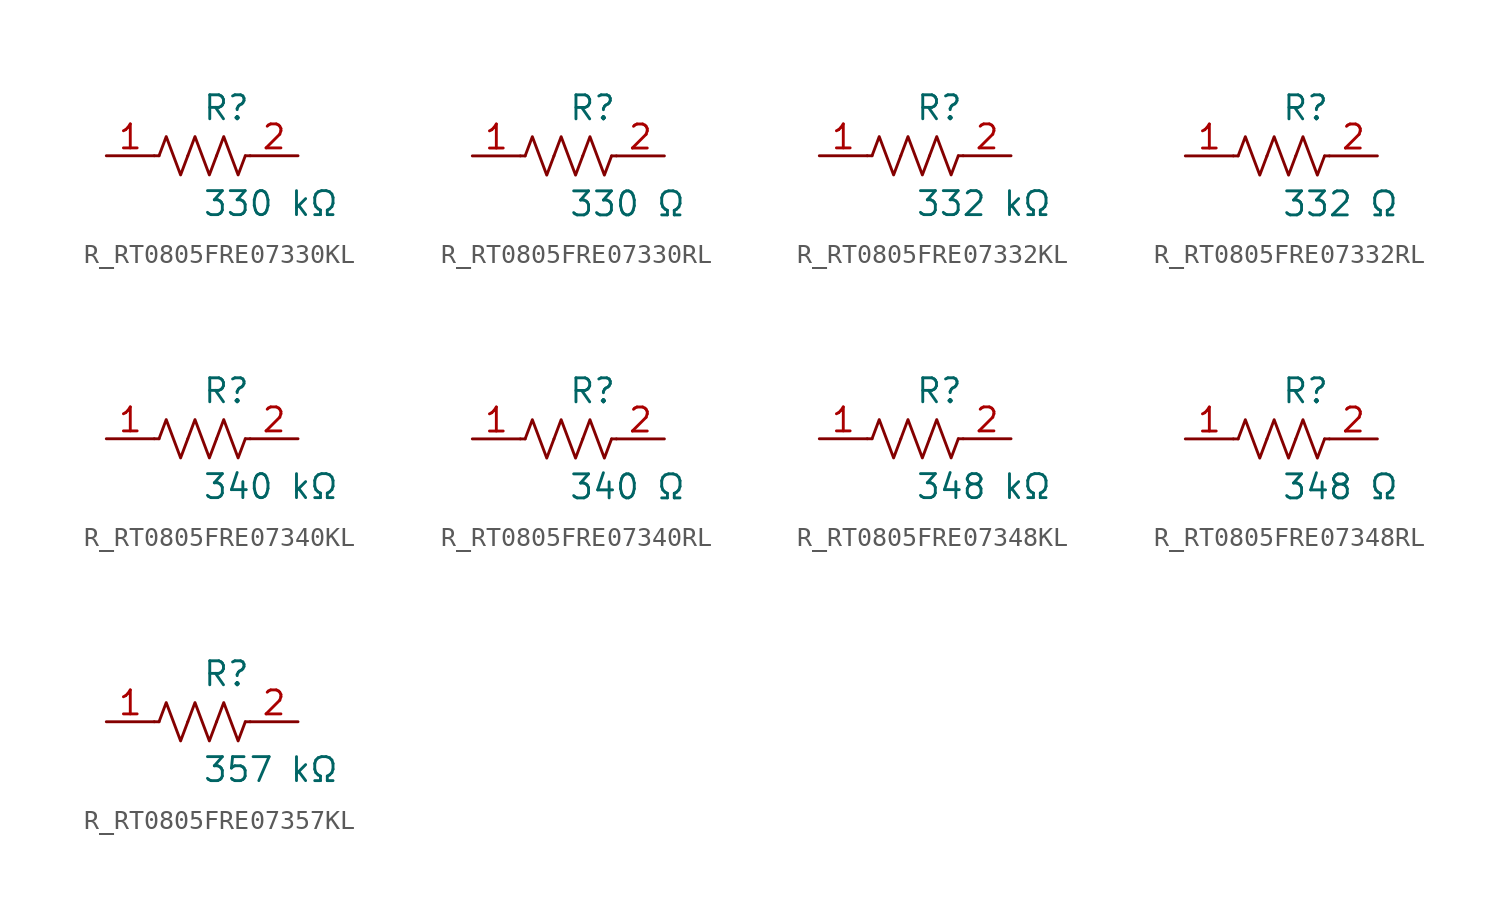
<source format=kicad_sym>
(kicad_symbol_lib
  (version 20231120)
  (generator kicad_symbol_editor)
  (generator_version 8.0)
  (symbol "R_RT0805FRE07330KL"
    (pin_names
      (offset 0.254))
    (property "Reference" "R"
      (at 0 2.54 0)
      (effects (font (size 1.27 1.27)) (justify left)))
    (property "Value" "330 kΩ"
      (at 0 -2.54 0)
      (effects (font (size 1.27 1.27)) (justify left)))
    (symbol "R_RT0805FRE07330KL_0_1"
      (polyline (pts (xy 2.286 0) (xy 2.54 0)) (stroke (width 0) (type default)) (fill (type none)))
      (polyline (pts (xy -2.286 0) (xy -2.54 0)) (stroke (width 0) (type default)) (fill (type none)))
      (polyline (pts (xy 0.762 0) (xy 1.143 1.016) (xy 1.524 0) (xy 1.905 -1.016) (xy 2.286 0)) (stroke (width 0) (type default)) (fill (type none)))
      (polyline (pts (xy -0.762 0) (xy -0.381 1.016) (xy 0 0) (xy 0.381 -1.016) (xy 0.762 0)) (stroke (width 0) (type default)) (fill (type none)))
      (polyline (pts (xy -2.286 0) (xy -1.905 1.016) (xy -1.524 0) (xy -1.143 -1.016) (xy -0.762 0)) (stroke (width 0) (type default)) (fill (type none))))
    (pin passive line
      (at -5.08 0 0)
      (length 2.54)
      (name "" (effects (font (size 1.27 1.27))))
      (number "1" (effects (font (size 1.27 1.27)))))
    (pin passive line
      (at 5.08 0 180)
      (length 2.54)
      (name "" (effects (font (size 1.27 1.27))))
      (number "2" (effects (font (size 1.27 1.27))))))
  (symbol "R_RT0805FRE07330RL"
    (pin_names
      (offset 0.254))
    (property "Reference" "R"
      (at 0 2.54 0)
      (effects (font (size 1.27 1.27)) (justify left)))
    (property "Value" "330 Ω"
      (at 0 -2.54 0)
      (effects (font (size 1.27 1.27)) (justify left)))
    (symbol "R_RT0805FRE07330RL_0_1"
      (polyline (pts (xy 2.286 0) (xy 2.54 0)) (stroke (width 0) (type default)) (fill (type none)))
      (polyline (pts (xy -2.286 0) (xy -2.54 0)) (stroke (width 0) (type default)) (fill (type none)))
      (polyline (pts (xy 0.762 0) (xy 1.143 1.016) (xy 1.524 0) (xy 1.905 -1.016) (xy 2.286 0)) (stroke (width 0) (type default)) (fill (type none)))
      (polyline (pts (xy -0.762 0) (xy -0.381 1.016) (xy 0 0) (xy 0.381 -1.016) (xy 0.762 0)) (stroke (width 0) (type default)) (fill (type none)))
      (polyline (pts (xy -2.286 0) (xy -1.905 1.016) (xy -1.524 0) (xy -1.143 -1.016) (xy -0.762 0)) (stroke (width 0) (type default)) (fill (type none))))
    (pin passive line
      (at -5.08 0 0)
      (length 2.54)
      (name "" (effects (font (size 1.27 1.27))))
      (number "1" (effects (font (size 1.27 1.27)))))
    (pin passive line
      (at 5.08 0 180)
      (length 2.54)
      (name "" (effects (font (size 1.27 1.27))))
      (number "2" (effects (font (size 1.27 1.27))))))
  (symbol "R_RT0805FRE07332KL"
    (pin_names
      (offset 0.254))
    (property "Reference" "R"
      (at 0 2.54 0)
      (effects (font (size 1.27 1.27)) (justify left)))
    (property "Value" "332 kΩ"
      (at 0 -2.54 0)
      (effects (font (size 1.27 1.27)) (justify left)))
    (symbol "R_RT0805FRE07332KL_0_1"
      (polyline (pts (xy 2.286 0) (xy 2.54 0)) (stroke (width 0) (type default)) (fill (type none)))
      (polyline (pts (xy -2.286 0) (xy -2.54 0)) (stroke (width 0) (type default)) (fill (type none)))
      (polyline (pts (xy 0.762 0) (xy 1.143 1.016) (xy 1.524 0) (xy 1.905 -1.016) (xy 2.286 0)) (stroke (width 0) (type default)) (fill (type none)))
      (polyline (pts (xy -0.762 0) (xy -0.381 1.016) (xy 0 0) (xy 0.381 -1.016) (xy 0.762 0)) (stroke (width 0) (type default)) (fill (type none)))
      (polyline (pts (xy -2.286 0) (xy -1.905 1.016) (xy -1.524 0) (xy -1.143 -1.016) (xy -0.762 0)) (stroke (width 0) (type default)) (fill (type none))))
    (pin passive line
      (at -5.08 0 0)
      (length 2.54)
      (name "" (effects (font (size 1.27 1.27))))
      (number "1" (effects (font (size 1.27 1.27)))))
    (pin passive line
      (at 5.08 0 180)
      (length 2.54)
      (name "" (effects (font (size 1.27 1.27))))
      (number "2" (effects (font (size 1.27 1.27))))))
  (symbol "R_RT0805FRE07332RL"
    (pin_names
      (offset 0.254))
    (property "Reference" "R"
      (at 0 2.54 0)
      (effects (font (size 1.27 1.27)) (justify left)))
    (property "Value" "332 Ω"
      (at 0 -2.54 0)
      (effects (font (size 1.27 1.27)) (justify left)))
    (symbol "R_RT0805FRE07332RL_0_1"
      (polyline (pts (xy 2.286 0) (xy 2.54 0)) (stroke (width 0) (type default)) (fill (type none)))
      (polyline (pts (xy -2.286 0) (xy -2.54 0)) (stroke (width 0) (type default)) (fill (type none)))
      (polyline (pts (xy 0.762 0) (xy 1.143 1.016) (xy 1.524 0) (xy 1.905 -1.016) (xy 2.286 0)) (stroke (width 0) (type default)) (fill (type none)))
      (polyline (pts (xy -0.762 0) (xy -0.381 1.016) (xy 0 0) (xy 0.381 -1.016) (xy 0.762 0)) (stroke (width 0) (type default)) (fill (type none)))
      (polyline (pts (xy -2.286 0) (xy -1.905 1.016) (xy -1.524 0) (xy -1.143 -1.016) (xy -0.762 0)) (stroke (width 0) (type default)) (fill (type none))))
    (pin passive line
      (at -5.08 0 0)
      (length 2.54)
      (name "" (effects (font (size 1.27 1.27))))
      (number "1" (effects (font (size 1.27 1.27)))))
    (pin passive line
      (at 5.08 0 180)
      (length 2.54)
      (name "" (effects (font (size 1.27 1.27))))
      (number "2" (effects (font (size 1.27 1.27))))))
  (symbol "R_RT0805FRE07340KL"
    (pin_names
      (offset 0.254))
    (property "Reference" "R"
      (at 0 2.54 0)
      (effects (font (size 1.27 1.27)) (justify left)))
    (property "Value" "340 kΩ"
      (at 0 -2.54 0)
      (effects (font (size 1.27 1.27)) (justify left)))
    (symbol "R_RT0805FRE07340KL_0_1"
      (polyline (pts (xy 2.286 0) (xy 2.54 0)) (stroke (width 0) (type default)) (fill (type none)))
      (polyline (pts (xy -2.286 0) (xy -2.54 0)) (stroke (width 0) (type default)) (fill (type none)))
      (polyline (pts (xy 0.762 0) (xy 1.143 1.016) (xy 1.524 0) (xy 1.905 -1.016) (xy 2.286 0)) (stroke (width 0) (type default)) (fill (type none)))
      (polyline (pts (xy -0.762 0) (xy -0.381 1.016) (xy 0 0) (xy 0.381 -1.016) (xy 0.762 0)) (stroke (width 0) (type default)) (fill (type none)))
      (polyline (pts (xy -2.286 0) (xy -1.905 1.016) (xy -1.524 0) (xy -1.143 -1.016) (xy -0.762 0)) (stroke (width 0) (type default)) (fill (type none))))
    (pin passive line
      (at -5.08 0 0)
      (length 2.54)
      (name "" (effects (font (size 1.27 1.27))))
      (number "1" (effects (font (size 1.27 1.27)))))
    (pin passive line
      (at 5.08 0 180)
      (length 2.54)
      (name "" (effects (font (size 1.27 1.27))))
      (number "2" (effects (font (size 1.27 1.27))))))
  (symbol "R_RT0805FRE07340RL"
    (pin_names
      (offset 0.254))
    (property "Reference" "R"
      (at 0 2.54 0)
      (effects (font (size 1.27 1.27)) (justify left)))
    (property "Value" "340 Ω"
      (at 0 -2.54 0)
      (effects (font (size 1.27 1.27)) (justify left)))
    (symbol "R_RT0805FRE07340RL_0_1"
      (polyline (pts (xy 2.286 0) (xy 2.54 0)) (stroke (width 0) (type default)) (fill (type none)))
      (polyline (pts (xy -2.286 0) (xy -2.54 0)) (stroke (width 0) (type default)) (fill (type none)))
      (polyline (pts (xy 0.762 0) (xy 1.143 1.016) (xy 1.524 0) (xy 1.905 -1.016) (xy 2.286 0)) (stroke (width 0) (type default)) (fill (type none)))
      (polyline (pts (xy -0.762 0) (xy -0.381 1.016) (xy 0 0) (xy 0.381 -1.016) (xy 0.762 0)) (stroke (width 0) (type default)) (fill (type none)))
      (polyline (pts (xy -2.286 0) (xy -1.905 1.016) (xy -1.524 0) (xy -1.143 -1.016) (xy -0.762 0)) (stroke (width 0) (type default)) (fill (type none))))
    (pin passive line
      (at -5.08 0 0)
      (length 2.54)
      (name "" (effects (font (size 1.27 1.27))))
      (number "1" (effects (font (size 1.27 1.27)))))
    (pin passive line
      (at 5.08 0 180)
      (length 2.54)
      (name "" (effects (font (size 1.27 1.27))))
      (number "2" (effects (font (size 1.27 1.27))))))
  (symbol "R_RT0805FRE07348KL"
    (pin_names
      (offset 0.254))
    (property "Reference" "R"
      (at 0 2.54 0)
      (effects (font (size 1.27 1.27)) (justify left)))
    (property "Value" "348 kΩ"
      (at 0 -2.54 0)
      (effects (font (size 1.27 1.27)) (justify left)))
    (symbol "R_RT0805FRE07348KL_0_1"
      (polyline (pts (xy 2.286 0) (xy 2.54 0)) (stroke (width 0) (type default)) (fill (type none)))
      (polyline (pts (xy -2.286 0) (xy -2.54 0)) (stroke (width 0) (type default)) (fill (type none)))
      (polyline (pts (xy 0.762 0) (xy 1.143 1.016) (xy 1.524 0) (xy 1.905 -1.016) (xy 2.286 0)) (stroke (width 0) (type default)) (fill (type none)))
      (polyline (pts (xy -0.762 0) (xy -0.381 1.016) (xy 0 0) (xy 0.381 -1.016) (xy 0.762 0)) (stroke (width 0) (type default)) (fill (type none)))
      (polyline (pts (xy -2.286 0) (xy -1.905 1.016) (xy -1.524 0) (xy -1.143 -1.016) (xy -0.762 0)) (stroke (width 0) (type default)) (fill (type none))))
    (pin passive line
      (at -5.08 0 0)
      (length 2.54)
      (name "" (effects (font (size 1.27 1.27))))
      (number "1" (effects (font (size 1.27 1.27)))))
    (pin passive line
      (at 5.08 0 180)
      (length 2.54)
      (name "" (effects (font (size 1.27 1.27))))
      (number "2" (effects (font (size 1.27 1.27))))))
  (symbol "R_RT0805FRE07348RL"
    (pin_names
      (offset 0.254))
    (property "Reference" "R"
      (at 0 2.54 0)
      (effects (font (size 1.27 1.27)) (justify left)))
    (property "Value" "348 Ω"
      (at 0 -2.54 0)
      (effects (font (size 1.27 1.27)) (justify left)))
    (symbol "R_RT0805FRE07348RL_0_1"
      (polyline (pts (xy 2.286 0) (xy 2.54 0)) (stroke (width 0) (type default)) (fill (type none)))
      (polyline (pts (xy -2.286 0) (xy -2.54 0)) (stroke (width 0) (type default)) (fill (type none)))
      (polyline (pts (xy 0.762 0) (xy 1.143 1.016) (xy 1.524 0) (xy 1.905 -1.016) (xy 2.286 0)) (stroke (width 0) (type default)) (fill (type none)))
      (polyline (pts (xy -0.762 0) (xy -0.381 1.016) (xy 0 0) (xy 0.381 -1.016) (xy 0.762 0)) (stroke (width 0) (type default)) (fill (type none)))
      (polyline (pts (xy -2.286 0) (xy -1.905 1.016) (xy -1.524 0) (xy -1.143 -1.016) (xy -0.762 0)) (stroke (width 0) (type default)) (fill (type none))))
    (pin passive line
      (at -5.08 0 0)
      (length 2.54)
      (name "" (effects (font (size 1.27 1.27))))
      (number "1" (effects (font (size 1.27 1.27)))))
    (pin passive line
      (at 5.08 0 180)
      (length 2.54)
      (name "" (effects (font (size 1.27 1.27))))
      (number "2" (effects (font (size 1.27 1.27))))))
  (symbol "R_RT0805FRE07357KL"
    (pin_names
      (offset 0.254))
    (property "Reference" "R"
      (at 0 2.54 0)
      (effects (font (size 1.27 1.27)) (justify left)))
    (property "Value" "357 kΩ"
      (at 0 -2.54 0)
      (effects (font (size 1.27 1.27)) (justify left)))
    (symbol "R_RT0805FRE07357KL_0_1"
      (polyline (pts (xy 2.286 0) (xy 2.54 0)) (stroke (width 0) (type default)) (fill (type none)))
      (polyline (pts (xy -2.286 0) (xy -2.54 0)) (stroke (width 0) (type default)) (fill (type none)))
      (polyline (pts (xy 0.762 0) (xy 1.143 1.016) (xy 1.524 0) (xy 1.905 -1.016) (xy 2.286 0)) (stroke (width 0) (type default)) (fill (type none)))
      (polyline (pts (xy -0.762 0) (xy -0.381 1.016) (xy 0 0) (xy 0.381 -1.016) (xy 0.762 0)) (stroke (width 0) (type default)) (fill (type none)))
      (polyline (pts (xy -2.286 0) (xy -1.905 1.016) (xy -1.524 0) (xy -1.143 -1.016) (xy -0.762 0)) (stroke (width 0) (type default)) (fill (type none))))
    (pin passive line
      (at -5.08 0 0)
      (length 2.54)
      (name "" (effects (font (size 1.27 1.27))))
      (number "1" (effects (font (size 1.27 1.27)))))
    (pin passive line
      (at 5.08 0 180)
      (length 2.54)
      (name "" (effects (font (size 1.27 1.27))))
      (number "2" (effects (font (size 1.27 1.27)))))))
</source>
